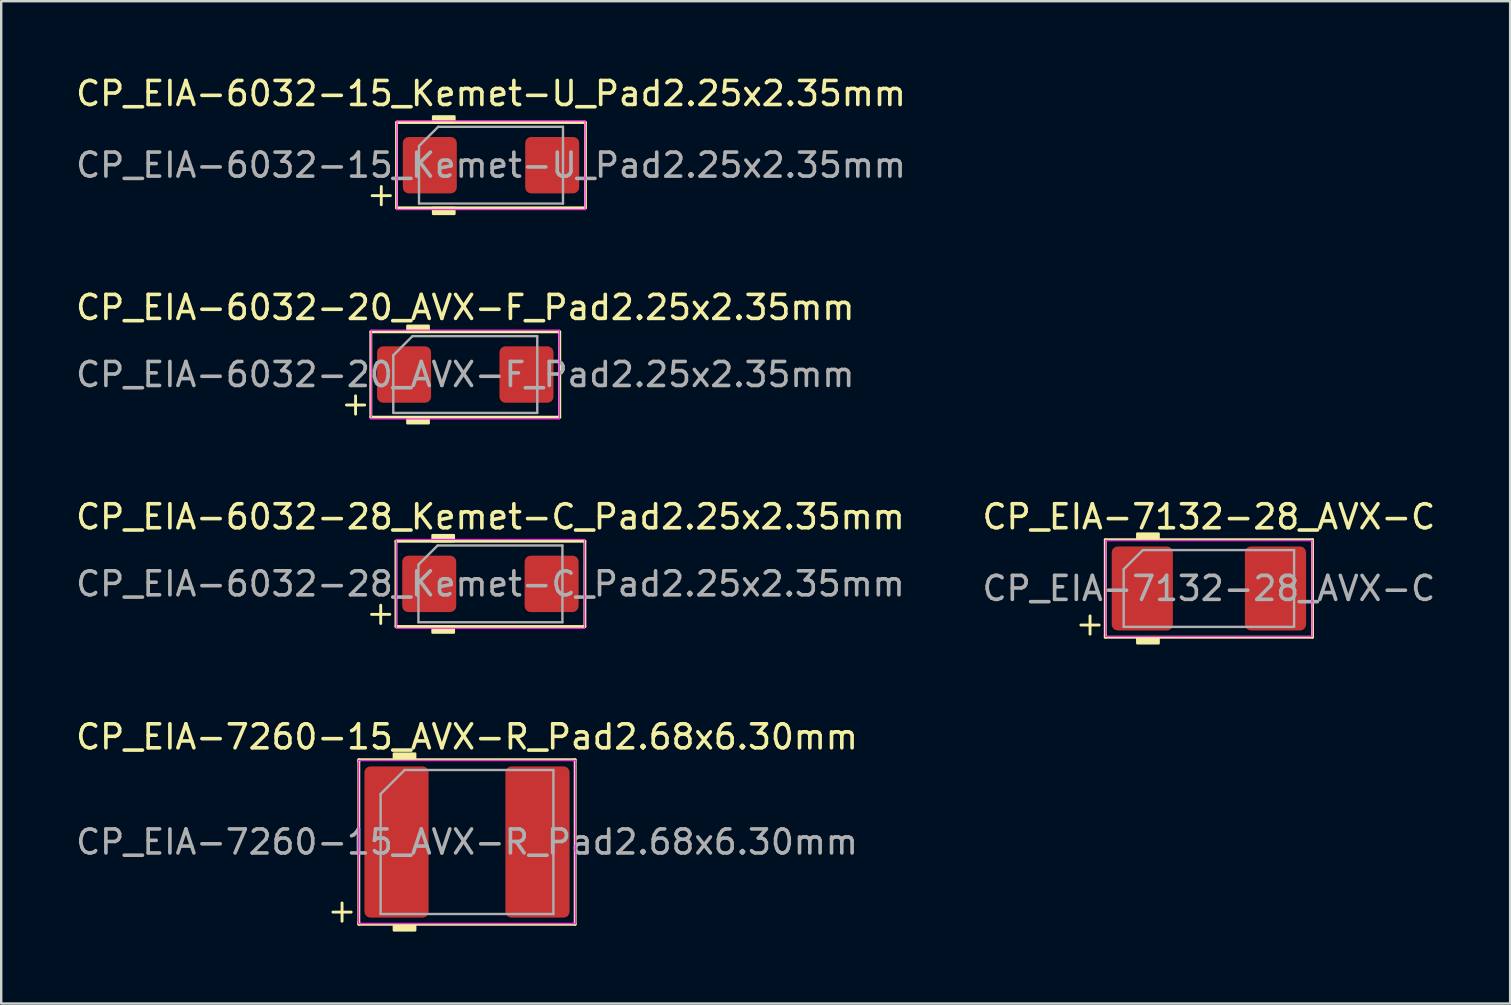
<source format=kicad_pcb>
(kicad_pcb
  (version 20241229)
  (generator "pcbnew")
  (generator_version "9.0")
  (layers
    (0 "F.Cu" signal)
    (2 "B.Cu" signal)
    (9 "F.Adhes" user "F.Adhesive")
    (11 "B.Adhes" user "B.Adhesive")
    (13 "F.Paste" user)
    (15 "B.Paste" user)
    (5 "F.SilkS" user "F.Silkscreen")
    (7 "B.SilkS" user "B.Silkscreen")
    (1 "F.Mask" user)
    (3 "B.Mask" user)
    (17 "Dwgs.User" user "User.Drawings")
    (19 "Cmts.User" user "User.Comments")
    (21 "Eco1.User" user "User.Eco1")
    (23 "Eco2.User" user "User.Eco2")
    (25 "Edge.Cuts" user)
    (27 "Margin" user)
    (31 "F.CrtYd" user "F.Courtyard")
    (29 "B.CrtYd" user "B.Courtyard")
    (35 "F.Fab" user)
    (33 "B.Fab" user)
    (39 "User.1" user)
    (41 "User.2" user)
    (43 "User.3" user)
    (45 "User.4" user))
  (footprint "CP_EIA-6032-15_Kemet-U_Pad2.25x2.35mm"
    (layer "F.Cu")
    (at 17.411 3.833)
    (property "Reference" "CP_EIA-6032-15_Kemet-U_Pad2.25x2.35mm" (at 0 -2.985 0) (layer "F.SilkS") (effects (font (size 1 1) (thickness 0.15))))
    (attr smd)
    (fp_line (start -4.953 1.27) (end -4.191 1.27) (stroke (width 0.12) (type solid)) (layer "F.SilkS"))
    (fp_line (start -4.572 0.889) (end -4.572 1.651) (stroke (width 0.12) (type solid)) (layer "F.SilkS"))
    (fp_line (start -3.937 -1.778) (end -3.937 1.778) (stroke (width 0.12) (type solid)) (layer "F.SilkS"))
    (fp_line (start -3.937 1.778) (end 3.937 1.778) (stroke (width 0.12) (type solid)) (layer "F.SilkS"))
    (fp_line (start 3.937 -1.778) (end -3.937 -1.778) (stroke (width 0.12) (type solid)) (layer "F.SilkS"))
    (fp_line (start 3.937 1.778) (end 3.937 -1.778) (stroke (width 0.12) (type solid)) (layer "F.SilkS"))
    (fp_poly (pts (xy -1.524 -1.778) (xy -2.413 -1.778) (xy -2.413 -2.032) (xy -1.524 -2.032)) (stroke (width 0.1) (type solid)) (fill yes) (layer "F.SilkS"))
    (fp_poly (pts (xy -1.524 2.032) (xy -2.413 2.032) (xy -2.413 1.778) (xy -1.524 1.778)) (stroke (width 0.1) (type solid)) (fill yes) (layer "F.SilkS"))
    (fp_line (start -3.92 -1.85) (end 3.92 -1.85) (stroke (width 0.05) (type solid)) (layer "F.CrtYd"))
    (fp_line (start -3.92 1.85) (end -3.92 -1.85) (stroke (width 0.05) (type solid)) (layer "F.CrtYd"))
    (fp_line (start 3.92 -1.85) (end 3.92 1.85) (stroke (width 0.05) (type solid)) (layer "F.CrtYd"))
    (fp_line (start 3.92 1.85) (end -3.92 1.85) (stroke (width 0.05) (type solid)) (layer "F.CrtYd"))
    (fp_line (start -3 -0.8) (end -3 1.6) (stroke (width 0.1) (type solid)) (layer "F.Fab"))
    (fp_line (start -3 1.6) (end 3 1.6) (stroke (width 0.1) (type solid)) (layer "F.Fab"))
    (fp_line (start -2.2 -1.6) (end -3 -0.8) (stroke (width 0.1) (type solid)) (layer "F.Fab"))
    (fp_line (start 3 -1.6) (end -2.2 -1.6) (stroke (width 0.1) (type solid)) (layer "F.Fab"))
    (fp_line (start 3 1.6) (end 3 -1.6) (stroke (width 0.1) (type solid)) (layer "F.Fab"))
    (fp_text user "${REFERENCE}" (at 0 0 0) (layer "F.Fab") (effects (font (size 1 1) (thickness 0.15))))
    (pad "1" smd roundrect (at -2.55 0) (size 2.25 2.35) (layers "F.Cu" "F.Mask" "F.Paste") (roundrect_rratio 0.111))
    (pad "2" smd roundrect (at 2.55 0) (size 2.25 2.35) (layers "F.Cu" "F.Mask" "F.Paste") (roundrect_rratio 0.111)))
  (footprint "CP_EIA-6032-20_AVX-F_Pad2.25x2.35mm"
    (layer "F.Cu")
    (at 16.339 12.557)
    (property "Reference" "CP_EIA-6032-20_AVX-F_Pad2.25x2.35mm" (at 0 -2.794 0) (layer "F.SilkS") (effects (font (size 1 1) (thickness 0.15))))
    (attr smd)
    (fp_line (start -4.953 1.27) (end -4.191 1.27) (stroke (width 0.12) (type solid)) (layer "F.SilkS"))
    (fp_line (start -4.572 0.889) (end -4.572 1.651) (stroke (width 0.12) (type solid)) (layer "F.SilkS"))
    (fp_line (start -3.937 -1.778) (end -3.937 1.778) (stroke (width 0.12) (type solid)) (layer "F.SilkS"))
    (fp_line (start -3.937 1.778) (end 3.937 1.778) (stroke (width 0.12) (type solid)) (layer "F.SilkS"))
    (fp_line (start 3.937 -1.778) (end -3.937 -1.778) (stroke (width 0.12) (type solid)) (layer "F.SilkS"))
    (fp_line (start 3.937 1.778) (end 3.937 -1.778) (stroke (width 0.12) (type solid)) (layer "F.SilkS"))
    (fp_poly (pts (xy -1.524 -1.778) (xy -2.413 -1.778) (xy -2.413 -2.032) (xy -1.524 -2.032)) (stroke (width 0.1) (type solid)) (fill yes) (layer "F.SilkS"))
    (fp_poly (pts (xy -1.524 2.032) (xy -2.413 2.032) (xy -2.413 1.778) (xy -1.524 1.778)) (stroke (width 0.1) (type solid)) (fill yes) (layer "F.SilkS"))
    (fp_line (start -3.92 -1.85) (end 3.92 -1.85) (stroke (width 0.05) (type solid)) (layer "F.CrtYd"))
    (fp_line (start -3.92 1.85) (end -3.92 -1.85) (stroke (width 0.05) (type solid)) (layer "F.CrtYd"))
    (fp_line (start 3.92 -1.85) (end 3.92 1.85) (stroke (width 0.05) (type solid)) (layer "F.CrtYd"))
    (fp_line (start 3.92 1.85) (end -3.92 1.85) (stroke (width 0.05) (type solid)) (layer "F.CrtYd"))
    (fp_line (start -3 -0.8) (end -3 1.6) (stroke (width 0.1) (type solid)) (layer "F.Fab"))
    (fp_line (start -3 1.6) (end 3 1.6) (stroke (width 0.1) (type solid)) (layer "F.Fab"))
    (fp_line (start -2.2 -1.6) (end -3 -0.8) (stroke (width 0.1) (type solid)) (layer "F.Fab"))
    (fp_line (start 3 -1.6) (end -2.2 -1.6) (stroke (width 0.1) (type solid)) (layer "F.Fab"))
    (fp_line (start 3 1.6) (end 3 -1.6) (stroke (width 0.1) (type solid)) (layer "F.Fab"))
    (fp_text user "${REFERENCE}" (at 0 0 0) (layer "F.Fab") (effects (font (size 1 1) (thickness 0.15))))
    (pad "1" smd roundrect (at -2.55 0) (size 2.25 2.35) (layers "F.Cu" "F.Mask" "F.Paste") (roundrect_rratio 0.111))
    (pad "2" smd roundrect (at 2.55 0) (size 2.25 2.35) (layers "F.Cu" "F.Mask" "F.Paste") (roundrect_rratio 0.111)))
  (footprint "CP_EIA-6032-28_Kemet-C_Pad2.25x2.35mm"
    (layer "F.Cu")
    (at 17.387 21.281)
    (property "Reference" "CP_EIA-6032-28_Kemet-C_Pad2.25x2.35mm" (at 0 -2.794 0) (layer "F.SilkS") (effects (font (size 1 1) (thickness 0.15))))
    (attr smd)
    (fp_line (start -4.953 1.27) (end -4.191 1.27) (stroke (width 0.12) (type solid)) (layer "F.SilkS"))
    (fp_line (start -4.572 0.889) (end -4.572 1.651) (stroke (width 0.12) (type solid)) (layer "F.SilkS"))
    (fp_line (start -3.937 -1.778) (end -3.937 1.778) (stroke (width 0.12) (type solid)) (layer "F.SilkS"))
    (fp_line (start -3.937 1.778) (end 3.937 1.778) (stroke (width 0.12) (type solid)) (layer "F.SilkS"))
    (fp_line (start 3.937 -1.778) (end -3.937 -1.778) (stroke (width 0.12) (type solid)) (layer "F.SilkS"))
    (fp_line (start 3.937 1.778) (end 3.937 -1.778) (stroke (width 0.12) (type solid)) (layer "F.SilkS"))
    (fp_poly (pts (xy -1.524 -1.778) (xy -2.413 -1.778) (xy -2.413 -2.032) (xy -1.524 -2.032)) (stroke (width 0.1) (type solid)) (fill yes) (layer "F.SilkS"))
    (fp_poly (pts (xy -1.524 2.032) (xy -2.413 2.032) (xy -2.413 1.778) (xy -1.524 1.778)) (stroke (width 0.1) (type solid)) (fill yes) (layer "F.SilkS"))
    (fp_line (start -3.92 -1.85) (end 3.92 -1.85) (stroke (width 0.05) (type solid)) (layer "F.CrtYd"))
    (fp_line (start -3.92 1.85) (end -3.92 -1.85) (stroke (width 0.05) (type solid)) (layer "F.CrtYd"))
    (fp_line (start 3.92 -1.85) (end 3.92 1.85) (stroke (width 0.05) (type solid)) (layer "F.CrtYd"))
    (fp_line (start 3.92 1.85) (end -3.92 1.85) (stroke (width 0.05) (type solid)) (layer "F.CrtYd"))
    (fp_line (start -3 -0.8) (end -3 1.6) (stroke (width 0.1) (type solid)) (layer "F.Fab"))
    (fp_line (start -3 1.6) (end 3 1.6) (stroke (width 0.1) (type solid)) (layer "F.Fab"))
    (fp_line (start -2.2 -1.6) (end -3 -0.8) (stroke (width 0.1) (type solid)) (layer "F.Fab"))
    (fp_line (start 3 -1.6) (end -2.2 -1.6) (stroke (width 0.1) (type solid)) (layer "F.Fab"))
    (fp_line (start 3 1.6) (end 3 -1.6) (stroke (width 0.1) (type solid)) (layer "F.Fab"))
    (fp_text user "${REFERENCE}" (at 0 0 0) (layer "F.Fab") (effects (font (size 1 1) (thickness 0.15))))
    (pad "1" smd roundrect (at -2.55 0) (size 2.25 2.35) (layers "F.Cu" "F.Mask" "F.Paste") (roundrect_rratio 0.111))
    (pad "2" smd roundrect (at 2.55 0) (size 2.25 2.35) (layers "F.Cu" "F.Mask" "F.Paste") (roundrect_rratio 0.111)))
  (footprint "CP_EIA-7132-28_AVX-C"
    (layer "F.Cu")
    (at 47.327 21.472)
    (property "Reference" "CP_EIA-7132-28_AVX-C" (at 0 -2.985 0) (layer "F.SilkS") (effects (font (size 1 1) (thickness 0.15))))
    (attr smd)
    (fp_line (start -5.334 1.524) (end -4.572 1.524) (stroke (width 0.12) (type solid)) (layer "F.SilkS"))
    (fp_line (start -4.953 1.143) (end -4.953 1.905) (stroke (width 0.12) (type solid)) (layer "F.SilkS"))
    (fp_line (start -4.318 -2.032) (end -4.318 1.968) (stroke (width 0.12) (type solid)) (layer "F.SilkS"))
    (fp_line (start -4.318 1.968) (end -4.318 2.032) (stroke (width 0.12) (type solid)) (layer "F.SilkS"))
    (fp_line (start -4.318 2.032) (end 4.318 2.032) (stroke (width 0.12) (type solid)) (layer "F.SilkS"))
    (fp_line (start 4.318 -2.032) (end -4.318 -2.032) (stroke (width 0.12) (type solid)) (layer "F.SilkS"))
    (fp_line (start 4.318 2.032) (end 4.318 -2.032) (stroke (width 0.12) (type solid)) (layer "F.SilkS"))
    (fp_poly (pts (xy -2.095 -2.032) (xy -2.985 -2.032) (xy -2.985 -2.286) (xy -2.095 -2.286)) (stroke (width 0.1) (type solid)) (fill yes) (layer "F.SilkS"))
    (fp_poly (pts (xy -2.095 2.286) (xy -2.985 2.286) (xy -2.985 2.032) (xy -2.095 2.032)) (stroke (width 0.1) (type solid)) (fill yes) (layer "F.SilkS"))
    (fp_line (start -4.3 -2) (end 4.3 -2) (stroke (width 0.05) (type solid)) (layer "F.CrtYd"))
    (fp_line (start -4.3 2) (end -4.3 -2) (stroke (width 0.05) (type solid)) (layer "F.CrtYd"))
    (fp_line (start 4.3 -2) (end 4.3 2) (stroke (width 0.05) (type solid)) (layer "F.CrtYd"))
    (fp_line (start 4.3 2) (end -4.3 2) (stroke (width 0.05) (type solid)) (layer "F.CrtYd"))
    (fp_line (start -3.55 -0.8) (end -3.55 1.6) (stroke (width 0.1) (type solid)) (layer "F.Fab"))
    (fp_line (start -3.55 1.6) (end 3.55 1.6) (stroke (width 0.1) (type solid)) (layer "F.Fab"))
    (fp_line (start -2.75 -1.6) (end -3.55 -0.8) (stroke (width 0.1) (type solid)) (layer "F.Fab"))
    (fp_line (start 3.55 -1.6) (end -2.75 -1.6) (stroke (width 0.1) (type solid)) (layer "F.Fab"))
    (fp_line (start 3.55 1.6) (end 3.55 -1.6) (stroke (width 0.1) (type solid)) (layer "F.Fab"))
    (fp_text user "${REFERENCE}" (at 0 0 0) (layer "F.Fab") (effects (font (size 1 1) (thickness 0.15))))
    (pad "1" smd roundrect (at -2.775 0) (size 2.55 3.5) (layers "F.Cu" "F.Mask" "F.Paste") (roundrect_rratio 0.098))
    (pad "2" smd roundrect (at 2.775 0) (size 2.55 3.5) (layers "F.Cu" "F.Mask" "F.Paste") (roundrect_rratio 0.098)))
  (footprint "CP_EIA-7260-15_AVX-R_Pad2.68x6.30mm"
    (layer "F.Cu")
    (at 16.411 32.038)
    (property "Reference" "CP_EIA-7260-15_AVX-R_Pad2.68x6.30mm" (at 0 -4.381 0) (layer "F.SilkS") (effects (font (size 1 1) (thickness 0.15))))
    (attr smd)
    (fp_line (start -5.588 2.921) (end -4.826 2.921) (stroke (width 0.12) (type solid)) (layer "F.SilkS"))
    (fp_line (start -5.207 2.54) (end -5.207 3.302) (stroke (width 0.12) (type solid)) (layer "F.SilkS"))
    (fp_line (start -4.508 -3.429) (end -4.508 -3.365) (stroke (width 0.12) (type solid)) (layer "F.SilkS"))
    (fp_line (start -4.508 -3.365) (end -4.508 3.365) (stroke (width 0.12) (type solid)) (layer "F.SilkS"))
    (fp_line (start -4.508 3.365) (end -4.508 3.429) (stroke (width 0.12) (type solid)) (layer "F.SilkS"))
    (fp_line (start -4.508 3.429) (end 4.508 3.429) (stroke (width 0.12) (type solid)) (layer "F.SilkS"))
    (fp_line (start 4.508 -3.429) (end -4.508 -3.429) (stroke (width 0.12) (type solid)) (layer "F.SilkS"))
    (fp_line (start 4.508 3.429) (end 4.508 -3.429) (stroke (width 0.12) (type solid)) (layer "F.SilkS"))
    (fp_poly (pts (xy -2.159 -3.429) (xy -3.048 -3.429) (xy -3.048 -3.683) (xy -2.159 -3.683)) (stroke (width 0.1) (type solid)) (fill yes) (layer "F.SilkS"))
    (fp_poly (pts (xy -2.159 3.683) (xy -3.048 3.683) (xy -3.048 3.429) (xy -2.159 3.429)) (stroke (width 0.1) (type solid)) (fill yes) (layer "F.SilkS"))
    (fp_line (start -4.52 -3.4) (end 4.52 -3.4) (stroke (width 0.05) (type solid)) (layer "F.CrtYd"))
    (fp_line (start -4.52 3.4) (end -4.52 -3.4) (stroke (width 0.05) (type solid)) (layer "F.CrtYd"))
    (fp_line (start 4.52 -3.4) (end 4.52 3.4) (stroke (width 0.05) (type solid)) (layer "F.CrtYd"))
    (fp_line (start 4.52 3.4) (end -4.52 3.4) (stroke (width 0.05) (type solid)) (layer "F.CrtYd"))
    (fp_line (start -3.6 -2) (end -3.6 3) (stroke (width 0.1) (type solid)) (layer "F.Fab"))
    (fp_line (start -3.6 3) (end 3.6 3) (stroke (width 0.1) (type solid)) (layer "F.Fab"))
    (fp_line (start -2.6 -3) (end -3.6 -2) (stroke (width 0.1) (type solid)) (layer "F.Fab"))
    (fp_line (start 3.6 -3) (end -2.6 -3) (stroke (width 0.1) (type solid)) (layer "F.Fab"))
    (fp_line (start 3.6 3) (end 3.6 -3) (stroke (width 0.1) (type solid)) (layer "F.Fab"))
    (fp_text user "${REFERENCE}" (at 0 0 0) (layer "F.Fab") (effects (font (size 1 1) (thickness 0.15))))
    (pad "1" smd roundrect (at -2.938 0) (size 2.675 6.3) (layers "F.Cu" "F.Mask" "F.Paste") (roundrect_rratio 0.093))
    (pad "2" smd roundrect (at 2.938 0) (size 2.675 6.3) (layers "F.Cu" "F.Mask" "F.Paste") (roundrect_rratio 0.093)))
  (gr_rect
    (start -3 -3)
    (end 59.881 38.77)
    (stroke (width 0.1) (type default))
    (fill no)
    (layer "Edge.Cuts")))
</source>
